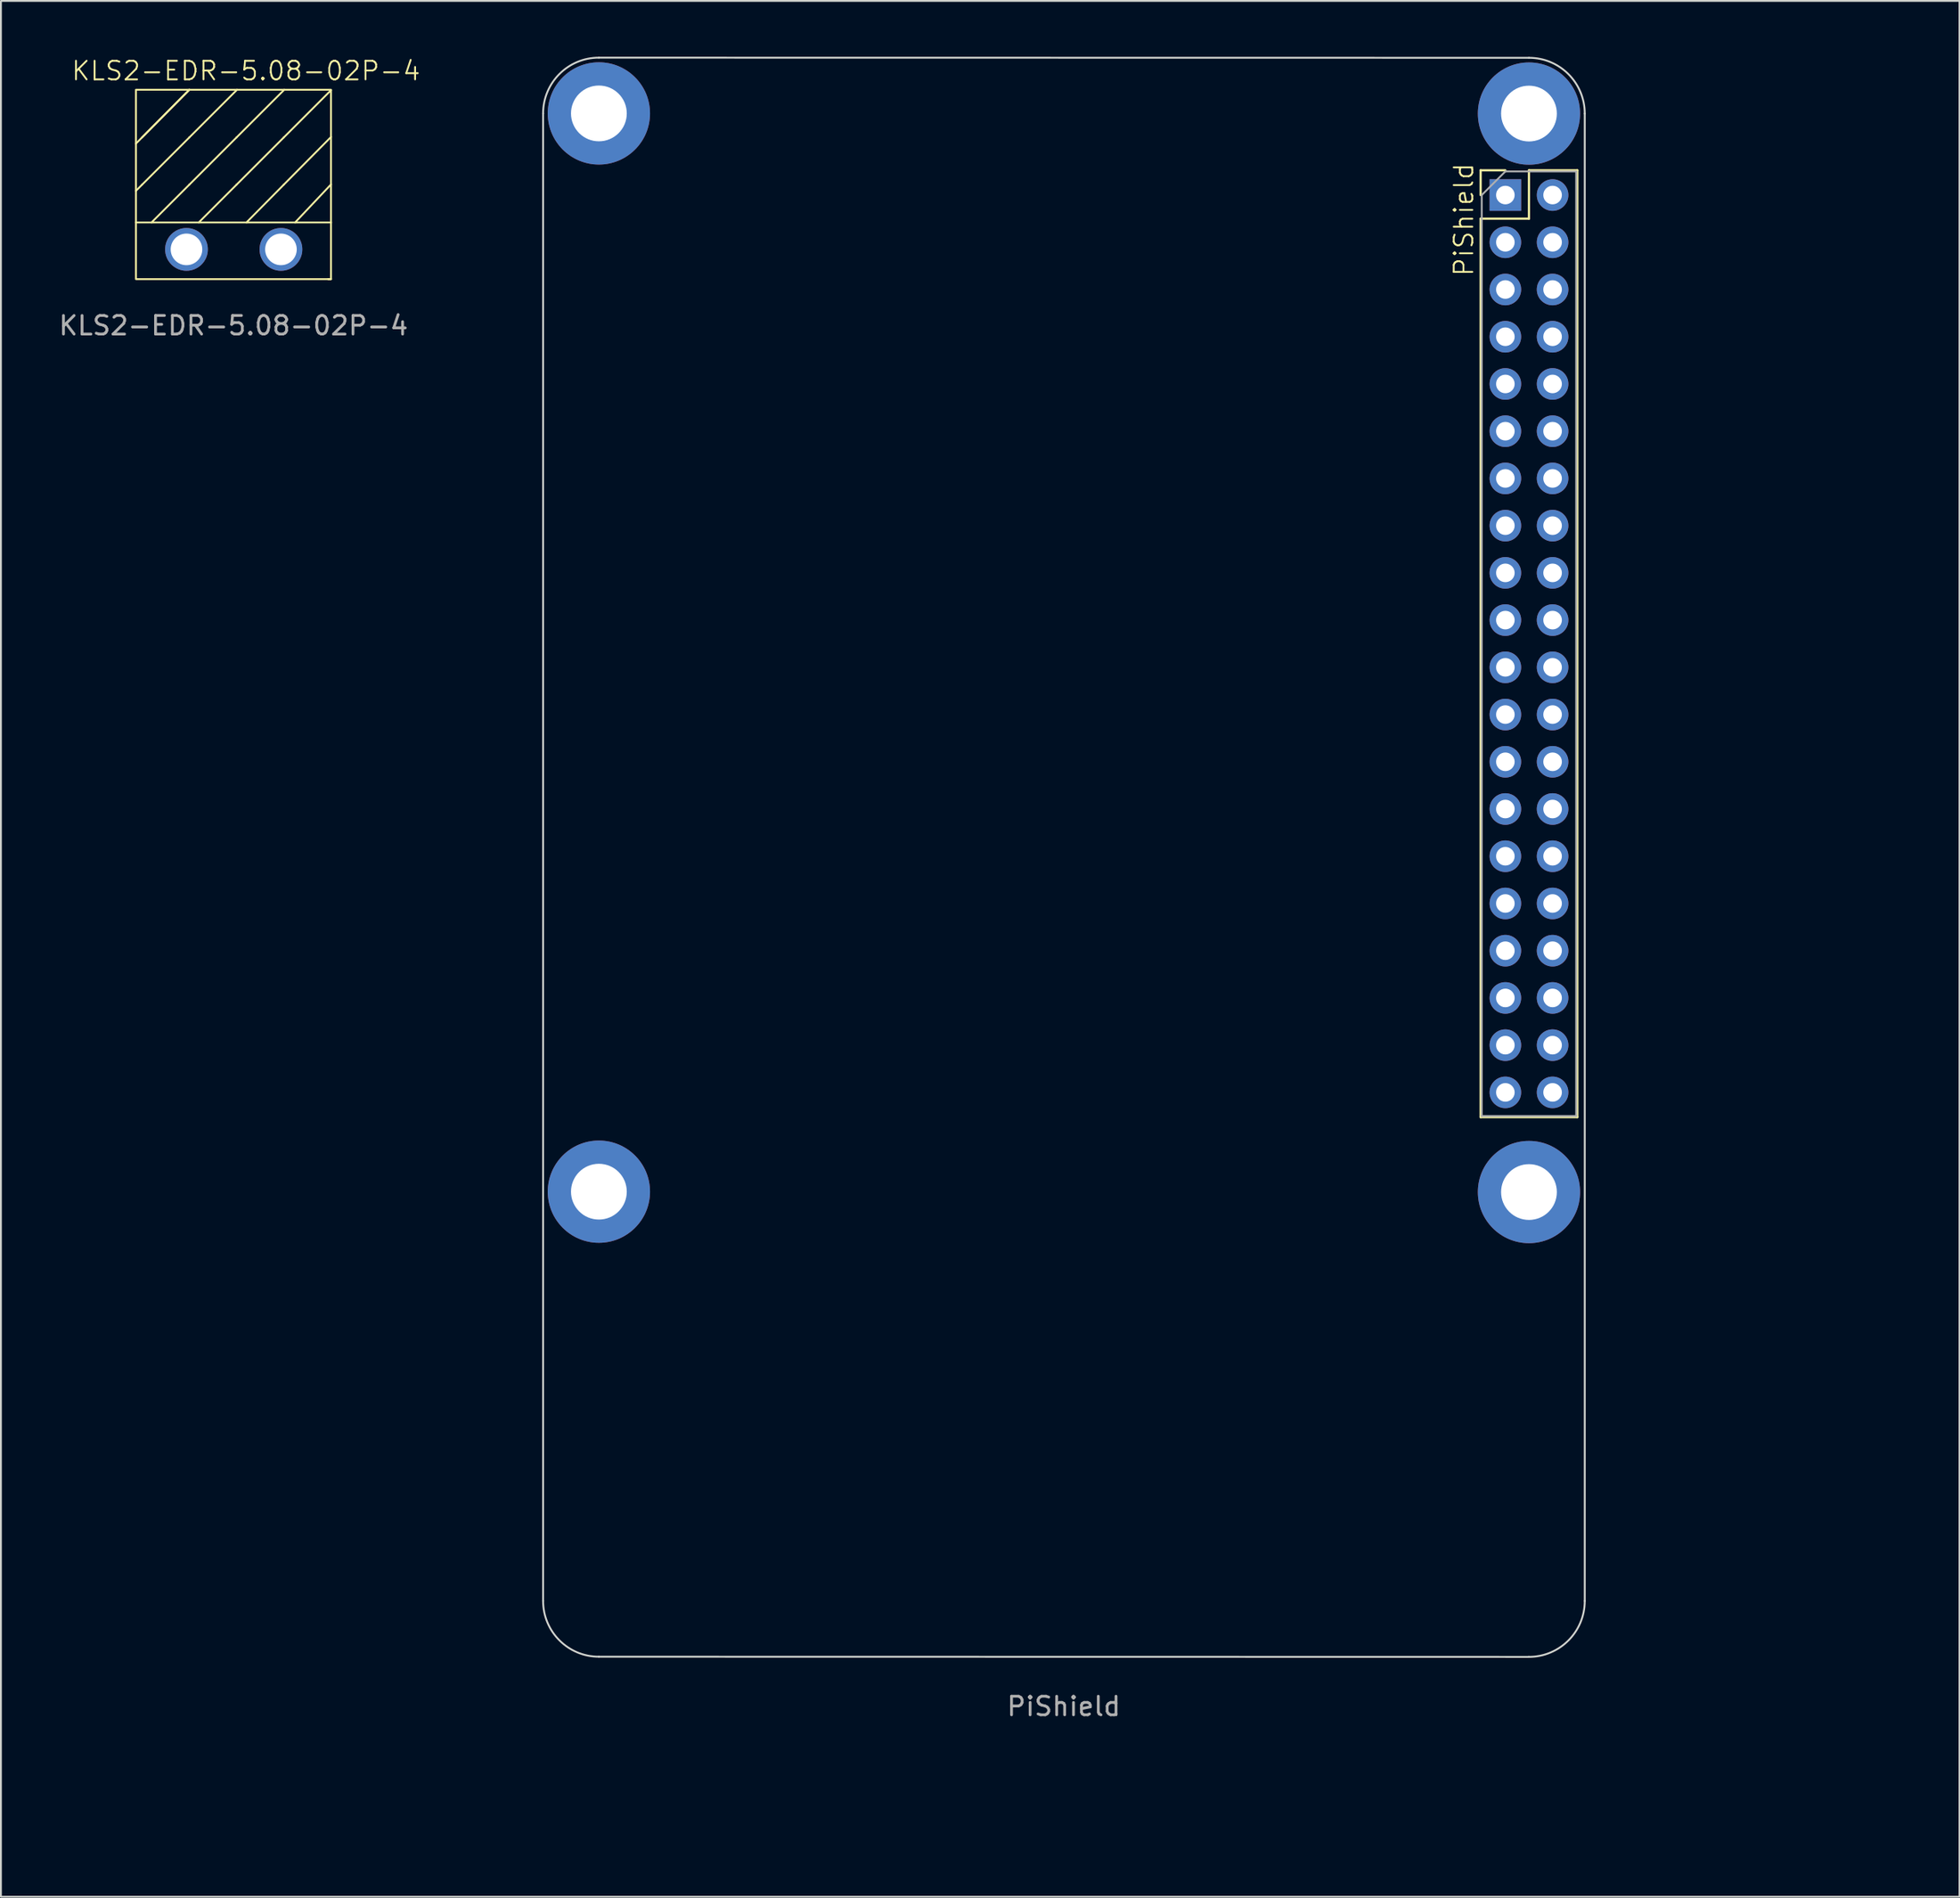
<source format=kicad_pcb>
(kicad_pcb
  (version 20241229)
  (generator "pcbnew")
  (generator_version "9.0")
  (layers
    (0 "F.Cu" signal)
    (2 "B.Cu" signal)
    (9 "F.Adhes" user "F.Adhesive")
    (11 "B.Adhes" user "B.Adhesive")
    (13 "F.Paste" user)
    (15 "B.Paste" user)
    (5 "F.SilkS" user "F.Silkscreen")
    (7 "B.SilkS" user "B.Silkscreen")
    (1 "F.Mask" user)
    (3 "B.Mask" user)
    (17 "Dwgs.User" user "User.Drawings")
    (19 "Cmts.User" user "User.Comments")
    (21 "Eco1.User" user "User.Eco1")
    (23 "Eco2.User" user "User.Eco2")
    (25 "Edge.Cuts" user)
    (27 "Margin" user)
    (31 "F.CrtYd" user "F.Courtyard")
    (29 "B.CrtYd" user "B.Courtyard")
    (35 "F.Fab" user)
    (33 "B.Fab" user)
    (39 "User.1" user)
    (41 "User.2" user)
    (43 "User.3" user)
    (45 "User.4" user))
  (footprint "KLS2-EDR-5.08-02P-4"
    (layer "F.Cu")
    (at 14.751 11.962)
    (property "Reference" "KLS2-EDR-5.08-02P-4" (at -4.572 -11.201 0) (unlocked yes) (layer "F.SilkS") (effects (font (size 1 1) (thickness 0.1))))
    (attr smd)
    (fp_line (start -10.16 -7.62) (end -7.62 -10.185) (stroke (width 0.1) (type default)) (layer "F.SilkS"))
    (fp_line (start -10.16 -5.08) (end -10.49 -4.75) (stroke (width 0.1) (type default)) (layer "F.SilkS"))
    (fp_line (start -7.62 -10.185) (end -10.49 -7.29) (stroke (width 0.1) (type default)) (layer "F.SilkS"))
    (fp_line (start -7.62 -7.62) (end -10.16 -5.08) (stroke (width 0.1) (type default)) (layer "F.SilkS"))
    (fp_line (start -7.62 -7.62) (end -5.055 -10.185) (stroke (width 0.1) (type default)) (layer "F.SilkS"))
    (fp_line (start -7.62 -5.08) (end -9.652 -3.048) (stroke (width 0.1) (type default)) (layer "F.SilkS"))
    (fp_line (start -7.62 -5.08) (end -5.08 -7.62) (stroke (width 0.1) (type default)) (layer "F.SilkS"))
    (fp_line (start -5.08 -7.62) (end -2.515 -10.185) (stroke (width 0.1) (type default)) (layer "F.SilkS"))
    (fp_line (start -5.08 -5.08) (end -7.112 -3.048) (stroke (width 0.1) (type default)) (layer "F.SilkS"))
    (fp_line (start -2.54 -7.62) (end -5.08 -5.08) (stroke (width 0.1) (type default)) (layer "F.SilkS"))
    (fp_line (start -2.54 -7.62) (end 0 -10.16) (stroke (width 0.1) (type default)) (layer "F.SilkS"))
    (fp_line (start -2.54 -5.08) (end -4.547 -3.048) (stroke (width 0.1) (type default)) (layer "F.SilkS"))
    (fp_line (start -2.54 -5.08) (end 0 -7.645) (stroke (width 0.1) (type default)) (layer "F.SilkS"))
    (fp_line (start 0 -5.093) (end -1.93 -3.048) (stroke (width 0.1) (type default)) (layer "F.SilkS"))
    (fp_line (start 0 -3.048) (end -10.49 -3.048) (stroke (width 0.1) (type default)) (layer "F.SilkS"))
    (fp_line (start 0 0) (end -0.152 0) (stroke (width 0.1) (type default)) (layer "F.SilkS"))
    (fp_rect (start -10.49 -10.185) (end 0 0) (stroke (width 0.1) (type default)) (fill no) (layer "F.SilkS"))
    (fp_text user "${REFERENCE}" (at -5.245 2.5 0) (unlocked yes) (layer "F.Fab") (effects (font (size 1 1) (thickness 0.15))))
    (pad "1" thru_hole circle (at -2.692 -1.6) (size 2.3 2.3) (drill 1.7) (layers "*.Cu" "*.Mask"))
    (pad "2" thru_hole circle (at -7.772 -1.6) (size 2.3 2.3) (drill 1.7) (layers "*.Cu" "*.Mask")))
  (footprint "PiShield"
    (layer "F.Cu")
    (at 79.179 61.06)
    (property "Reference" "PiShield" (at -3.505 -52.299 90) (unlocked yes) (layer "F.SilkS") (effects (font (size 1 1) (thickness 0.1))))
    (attr smd)
    (fp_line (start -2.6 -54.95) (end -1.27 -54.95) (stroke (width 0.12) (type solid)) (layer "F.SilkS"))
    (fp_line (start -2.6 -53.62) (end -2.6 -54.95) (stroke (width 0.12) (type solid)) (layer "F.SilkS"))
    (fp_line (start -2.6 -52.35) (end -2.6 -4.03) (stroke (width 0.12) (type solid)) (layer "F.SilkS"))
    (fp_line (start -2.6 -52.35) (end 0 -52.35) (stroke (width 0.12) (type solid)) (layer "F.SilkS"))
    (fp_line (start -2.6 -4.03) (end 2.6 -4.03) (stroke (width 0.12) (type solid)) (layer "F.SilkS"))
    (fp_line (start 0 -54.95) (end 2.6 -54.95) (stroke (width 0.12) (type solid)) (layer "F.SilkS"))
    (fp_line (start 0 -52.35) (end 0 -54.95) (stroke (width 0.12) (type solid)) (layer "F.SilkS"))
    (fp_line (start 2.6 -54.95) (end 2.6 -4.03) (stroke (width 0.12) (type solid)) (layer "F.SilkS"))
    (fp_line (start -53.02 21.99) (end -53.02 -58.01) (stroke (width 0.1) (type solid)) (layer "Edge.Cuts"))
    (fp_line (start -50.02 -61.01) (end 0 -61.002) (stroke (width 0.1) (type solid)) (layer "Edge.Cuts"))
    (fp_line (start -0.01 25) (end -50.02 24.99) (stroke (width 0.1) (type solid)) (layer "Edge.Cuts"))
    (fp_line (start 3 -58.002) (end 3 21.99) (stroke (width 0.1) (type solid)) (layer "Edge.Cuts"))
    (fp_arc (start -53.02 -58.01) (mid -52.14132 -60.13132) (end -50.02 -61.01) (stroke (width 0.1) (type solid)) (layer "Edge.Cuts"))
    (fp_arc (start -50.02 24.99) (mid -52.14132 24.11132) (end -53.02 21.99) (stroke (width 0.1) (type solid)) (layer "Edge.Cuts"))
    (fp_arc (start 0 -61.0022) (mid 2.12132 -60.12352) (end 3 -58.0022) (stroke (width 0.1) (type solid)) (layer "Edge.Cuts"))
    (fp_arc (start 3 21.99) (mid 2.118391 24.118391) (end -0.01 25) (stroke (width 0.1) (type solid)) (layer "Edge.Cuts"))
    (fp_line (start -2.54 -53.62) (end -1.27 -54.89) (stroke (width 0.1) (type solid)) (layer "F.Fab"))
    (fp_line (start -2.54 -4.09) (end -2.54 -53.62) (stroke (width 0.1) (type solid)) (layer "F.Fab"))
    (fp_line (start -1.27 -54.89) (end 2.54 -54.89) (stroke (width 0.1) (type solid)) (layer "F.Fab"))
    (fp_line (start 2.54 -54.89) (end 2.54 -4.09) (stroke (width 0.1) (type solid)) (layer "F.Fab"))
    (fp_line (start 2.54 -4.09) (end -2.54 -4.09) (stroke (width 0.1) (type solid)) (layer "F.Fab"))
    (fp_text user "${REFERENCE}" (at -25.019 27.661 0) (unlocked yes) (layer "F.Fab") (effects (font (size 1 1) (thickness 0.15))))
    (dimension (type aligned) (layer "User.1") (pts (xy 29.159 83.05) (xy 27.037 85.171)) (height 5.604) (format (prefix "") (suffix "") (units 3) (units_format 0) (precision 4) (suppress_zeroes yes)) (style (thickness 0.1) (arrow_length 1.27) (text_position_mode 0) (arrow_direction outward) (extension_height 0.586) (extension_offset 0.5) (keep_text_aligned yes)) (gr_text "3" (at 23.322 79.335 45) (layer "User.1") (effects (font (size 1 1) (thickness 0.15)))))
    (dimension (type orthogonal) (layer "User.1") (pts (xy 79.433 60.984) (xy 79.179 3.058)) (height 8.56) (orientation 1) (format (prefix "") (suffix "") (units 3) (units_format 0) (precision 4) (suppress_zeroes yes)) (style (thickness 0.1) (arrow_length 1.27) (text_position_mode 0) (arrow_direction outward) (extension_height 0.586) (extension_offset 0.5) (keep_text_aligned yes)) (gr_text "57.926" (at 86.843 32.021 90) (layer "User.1") (effects (font (size 1 1) (thickness 0.15)))))
    (dimension (type orthogonal) (layer "User.1") (pts (xy 79.179 61.06) (xy 79.128 86.028)) (height 8.89) (orientation 1) (format (prefix "") (suffix "") (units 3) (units_format 0) (precision 4) (suppress_zeroes yes)) (style (thickness 0.1) (arrow_length 1.27) (text_position_mode 0) (arrow_direction outward) (extension_height 0.586) (extension_offset 0.5) (keep_text_aligned yes)) (gr_text "24.9682" (at 86.919 73.544 90) (layer "User.1") (effects (font (size 1 1) (thickness 0.15)))))
    (dimension (type orthogonal) (layer "User.1") (pts (xy 82.179 83.05) (xy 26.159 83.05)) (height 12.275) (orientation 0) (format (prefix "") (suffix "") (units 3) (units_format 0) (precision 4) (suppress_zeroes yes)) (style (thickness 0.1) (arrow_length 1.27) (text_position_mode 0) (arrow_direction outward) (extension_height 0.586) (extension_offset 0.5) (keep_text_aligned yes)) (gr_text "56.02" (at 54.169 94.175 0) (layer "User.1") (effects (font (size 1 1) (thickness 0.15)))))
    (dimension (type orthogonal) (layer "User.1") (pts (xy 79.169 86.06) (xy 79.179 0.058)) (height 18.095) (orientation 1) (format (prefix "") (suffix "") (units 3) (units_format 0) (precision 4) (suppress_zeroes yes)) (style (thickness 0.1) (arrow_length 1.27) (text_position_mode 0) (arrow_direction outward) (extension_height 0.586) (extension_offset 0.5) (keep_text_aligned yes)) (gr_text "86.0022" (at 96.114 43.059 90) (layer "User.1") (effects (font (size 1 1) (thickness 0.15)))))
    (pad "1" thru_hole rect (at -1.27 -53.62) (size 1.7 1.7) (drill 1) (layers "*.Cu" "*.Mask"))
    (pad "2" thru_hole oval (at 1.27 -53.62) (size 1.7 1.7) (drill 1) (layers "*.Cu" "*.Mask"))
    (pad "3" thru_hole oval (at -1.27 -51.08) (size 1.7 1.7) (drill 1) (layers "*.Cu" "*.Mask"))
    (pad "4" thru_hole oval (at 1.27 -51.08) (size 1.7 1.7) (drill 1) (layers "*.Cu" "*.Mask"))
    (pad "5" thru_hole oval (at -1.27 -48.54) (size 1.7 1.7) (drill 1) (layers "*.Cu" "*.Mask"))
    (pad "6" thru_hole oval (at 1.27 -48.54) (size 1.7 1.7) (drill 1) (layers "*.Cu" "*.Mask"))
    (pad "7" thru_hole oval (at -1.27 -46) (size 1.7 1.7) (drill 1) (layers "*.Cu" "*.Mask"))
    (pad "8" thru_hole oval (at 1.27 -46) (size 1.7 1.7) (drill 1) (layers "*.Cu" "*.Mask"))
    (pad "9" thru_hole oval (at -1.27 -43.46) (size 1.7 1.7) (drill 1) (layers "*.Cu" "*.Mask"))
    (pad "10" thru_hole oval (at 1.27 -43.46) (size 1.7 1.7) (drill 1) (layers "*.Cu" "*.Mask"))
    (pad "11" thru_hole oval (at -1.27 -40.92) (size 1.7 1.7) (drill 1) (layers "*.Cu" "*.Mask"))
    (pad "12" thru_hole oval (at 1.27 -40.92) (size 1.7 1.7) (drill 1) (layers "*.Cu" "*.Mask"))
    (pad "13" thru_hole oval (at -1.27 -38.38) (size 1.7 1.7) (drill 1) (layers "*.Cu" "*.Mask"))
    (pad "14" thru_hole oval (at 1.27 -38.38) (size 1.7 1.7) (drill 1) (layers "*.Cu" "*.Mask"))
    (pad "15" thru_hole oval (at -1.27 -35.84) (size 1.7 1.7) (drill 1) (layers "*.Cu" "*.Mask"))
    (pad "16" thru_hole oval (at 1.27 -35.84) (size 1.7 1.7) (drill 1) (layers "*.Cu" "*.Mask"))
    (pad "17" thru_hole oval (at -1.27 -33.3) (size 1.7 1.7) (drill 1) (layers "*.Cu" "*.Mask"))
    (pad "18" thru_hole oval (at 1.27 -33.3) (size 1.7 1.7) (drill 1) (layers "*.Cu" "*.Mask"))
    (pad "19" thru_hole oval (at -1.27 -30.76) (size 1.7 1.7) (drill 1) (layers "*.Cu" "*.Mask"))
    (pad "20" thru_hole oval (at 1.27 -30.76) (size 1.7 1.7) (drill 1) (layers "*.Cu" "*.Mask"))
    (pad "21" thru_hole oval (at -1.27 -28.22) (size 1.7 1.7) (drill 1) (layers "*.Cu" "*.Mask"))
    (pad "22" thru_hole oval (at 1.27 -28.22) (size 1.7 1.7) (drill 1) (layers "*.Cu" "*.Mask"))
    (pad "23" thru_hole oval (at -1.27 -25.68) (size 1.7 1.7) (drill 1) (layers "*.Cu" "*.Mask"))
    (pad "24" thru_hole oval (at 1.27 -25.68) (size 1.7 1.7) (drill 1) (layers "*.Cu" "*.Mask"))
    (pad "25" thru_hole oval (at -1.27 -23.14) (size 1.7 1.7) (drill 1) (layers "*.Cu" "*.Mask"))
    (pad "26" thru_hole oval (at 1.27 -23.14) (size 1.7 1.7) (drill 1) (layers "*.Cu" "*.Mask"))
    (pad "27" thru_hole oval (at -1.27 -20.6) (size 1.7 1.7) (drill 1) (layers "*.Cu" "*.Mask"))
    (pad "28" thru_hole oval (at 1.27 -20.6) (size 1.7 1.7) (drill 1) (layers "*.Cu" "*.Mask"))
    (pad "29" thru_hole oval (at -1.27 -18.06) (size 1.7 1.7) (drill 1) (layers "*.Cu" "*.Mask"))
    (pad "30" thru_hole oval (at 1.27 -18.06) (size 1.7 1.7) (drill 1) (layers "*.Cu" "*.Mask"))
    (pad "31" thru_hole oval (at -1.27 -15.52) (size 1.7 1.7) (drill 1) (layers "*.Cu" "*.Mask"))
    (pad "32" thru_hole oval (at 1.27 -15.52) (size 1.7 1.7) (drill 1) (layers "*.Cu" "*.Mask"))
    (pad "33" thru_hole oval (at -1.27 -12.98) (size 1.7 1.7) (drill 1) (layers "*.Cu" "*.Mask"))
    (pad "34" thru_hole oval (at 1.27 -12.98) (size 1.7 1.7) (drill 1) (layers "*.Cu" "*.Mask"))
    (pad "35" thru_hole oval (at -1.27 -10.44) (size 1.7 1.7) (drill 1) (layers "*.Cu" "*.Mask"))
    (pad "36" thru_hole oval (at 1.27 -10.44) (size 1.7 1.7) (drill 1) (layers "*.Cu" "*.Mask"))
    (pad "37" thru_hole oval (at -1.27 -7.9) (size 1.7 1.7) (drill 1) (layers "*.Cu" "*.Mask"))
    (pad "38" thru_hole oval (at 1.27 -7.9) (size 1.7 1.7) (drill 1) (layers "*.Cu" "*.Mask"))
    (pad "39" thru_hole circle (at -50.02 -58.01) (size 5.5 5.5) (drill 3) (layers "*.Cu" "*.Mask"))
    (pad "39" thru_hole circle (at -50.02 -0.02) (size 5.5 5.5) (drill 3) (layers "*.Cu" "*.Mask"))
    (pad "39" thru_hole oval (at -1.27 -5.36) (size 1.7 1.7) (drill 1) (layers "*.Cu" "*.Mask"))
    (pad "39" thru_hole circle (at 0 -58.002) (size 5.5 5.5) (drill 3) (layers "*.Cu" "*.Mask"))
    (pad "39" thru_hole circle (at 0 0) (size 5.5 5.5) (drill 3) (layers "*.Cu" "*.Mask"))
    (pad "40" thru_hole oval (at 1.27 -5.36) (size 1.7 1.7) (drill 1) (layers "*.Cu" "*.Mask")))
  (gr_rect
    (start -3 -3)
    (end 102.334 98.961)
    (stroke (width 0.1) (type default))
    (fill no)
    (layer "Edge.Cuts")))
</source>
